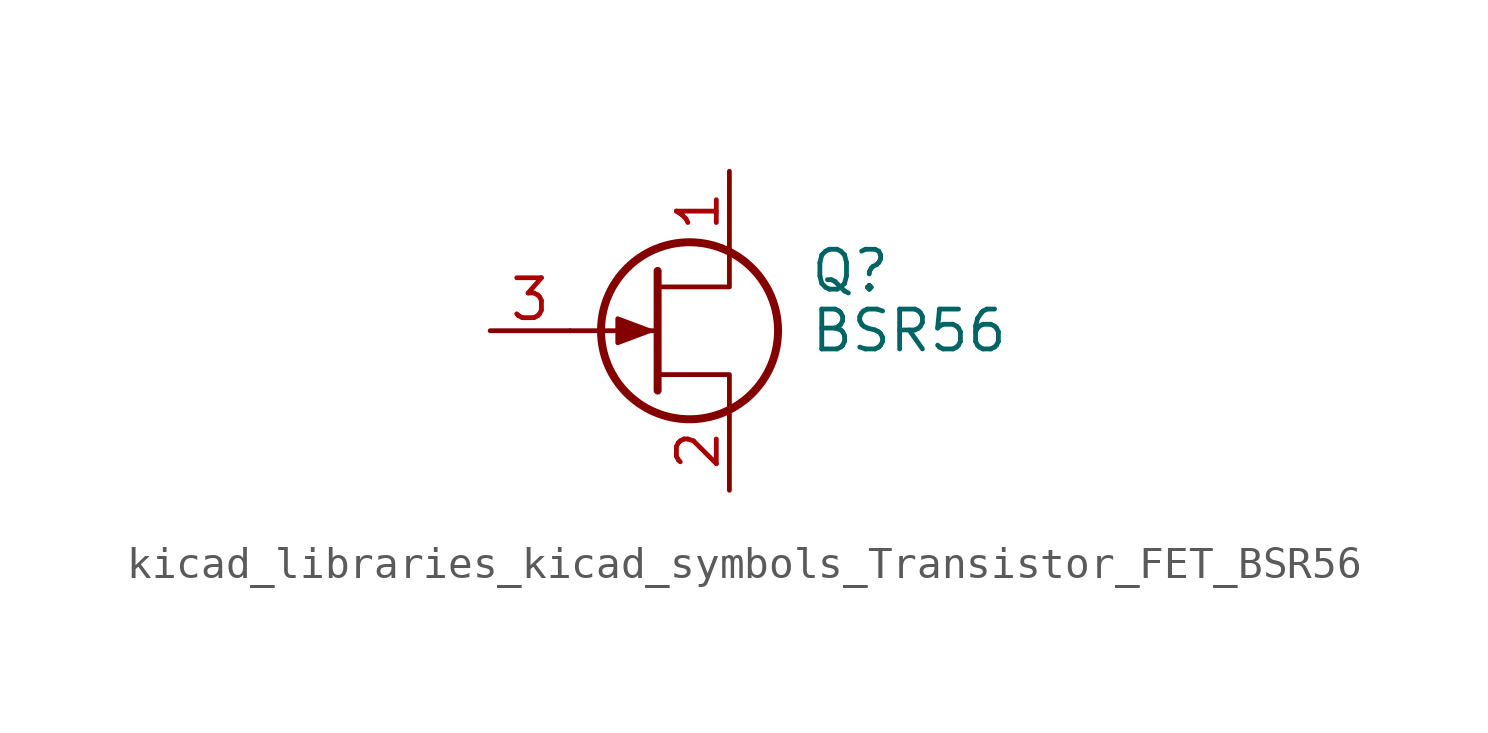
<source format=kicad_sym>
(kicad_symbol_lib
  (version 20220914)
  (generator kicad_symbol_editor)
  (symbol "kicad_libraries_kicad_symbols_Transistor_FET_BSR56"
    (pin_names hide)
    (property "Reference" "Q"
      (at 5.08 1.905 0)
      (effects (font (size 1.27 1.27)) (justify left)))
    (property "Value" "BSR56"
      (at 5.08 0 0)
      (effects (font (size 1.27 1.27)) (justify left)))
    (symbol "kicad_libraries_kicad_symbols_Transistor_FET_BSR56_0_1"
      (polyline (pts (xy 0.254 0) (xy -2.54 0)) (stroke (width 0) (type default)) (fill (type none)))
      (polyline (pts (xy 0.254 1.905) (xy 0.254 -1.905)) (stroke (width 0.254) (type default)) (fill (type none)))
      (polyline (pts (xy 2.54 -2.54) (xy 2.54 -1.397) (xy 0.254 -1.397)) (stroke (width 0) (type default)) (fill (type none)))
      (polyline (pts (xy 2.54 2.54) (xy 2.54 1.397) (xy 0.254 1.397)) (stroke (width 0) (type default)) (fill (type none)))
      (polyline (pts (xy 0 0) (xy -1.016 0.381) (xy -1.016 -0.381) (xy 0 0)) (stroke (width 0) (type default)) (fill (type outline)))
      (circle (center 1.27 0) (radius 2.819) (stroke (width 0.254) (type default)) (fill (type none))))
    (symbol "kicad_libraries_kicad_symbols_Transistor_FET_BSR56_1_1"
      (pin passive line (at 2.54 5.08 270) (length 2.54) (name "D" (effects (font (size 1.27 1.27)))) (number "1" (effects (font (size 1.27 1.27)))))
      (pin passive line (at 2.54 -5.08 90) (length 2.54) (name "S" (effects (font (size 1.27 1.27)))) (number "2" (effects (font (size 1.27 1.27)))))
      (pin input line (at -5.08 0 0) (length 2.54) (name "G" (effects (font (size 1.27 1.27)))) (number "3" (effects (font (size 1.27 1.27))))))))
</source>
